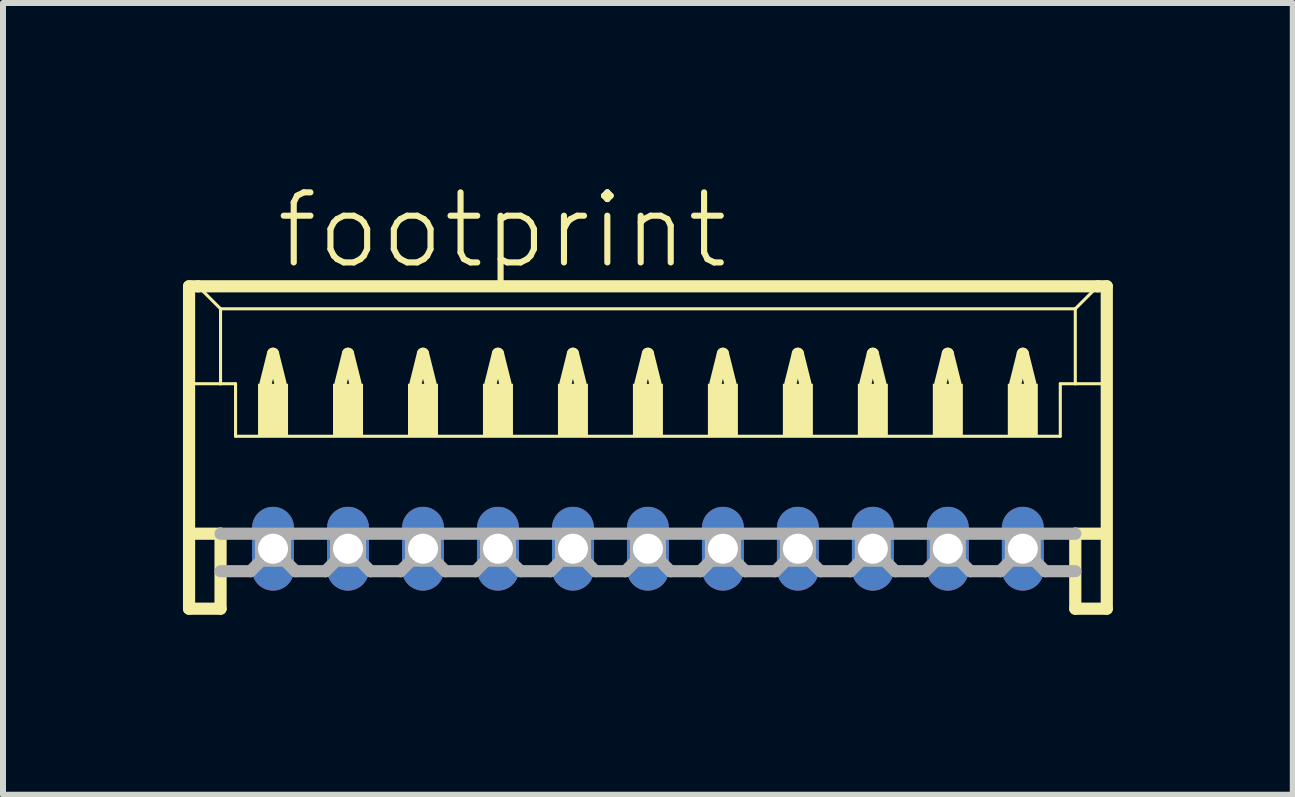
<source format=kicad_pcb>
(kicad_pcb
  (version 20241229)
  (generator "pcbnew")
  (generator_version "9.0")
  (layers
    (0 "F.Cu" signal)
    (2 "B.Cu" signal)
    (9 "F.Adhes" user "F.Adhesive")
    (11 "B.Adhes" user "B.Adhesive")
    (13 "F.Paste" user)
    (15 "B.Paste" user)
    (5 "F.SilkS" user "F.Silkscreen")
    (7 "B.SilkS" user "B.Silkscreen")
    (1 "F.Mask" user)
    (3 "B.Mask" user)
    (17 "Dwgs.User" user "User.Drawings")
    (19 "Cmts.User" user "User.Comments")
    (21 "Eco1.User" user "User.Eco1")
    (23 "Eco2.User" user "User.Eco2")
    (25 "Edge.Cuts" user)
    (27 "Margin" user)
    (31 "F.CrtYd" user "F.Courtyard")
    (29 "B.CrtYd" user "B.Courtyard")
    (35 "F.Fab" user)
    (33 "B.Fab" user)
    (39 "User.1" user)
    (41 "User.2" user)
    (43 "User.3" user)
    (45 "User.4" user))
  (footprint "footprint"
    (layer "F.Cu")
    (at 7.752 4.848)
    (property "Reference" "footprint" (at -6.25 -3.375 0) (layer "F.SilkS") (effects (font (size 1.168 1.168) (thickness 0.102)) (justify left bottom)))
    (fp_line (start -7.65 -3.125) (end -7.65 2.25) (stroke (width 0.203) (type solid)) (layer "F.SilkS"))
    (fp_line (start -7.65 2.25) (end -7.125 2.25) (stroke (width 0.203) (type solid)) (layer "F.SilkS"))
    (fp_line (start -7.625 -1.5) (end -7.125 -1.5) (stroke (width 0.051) (type solid)) (layer "F.SilkS"))
    (fp_line (start -7.625 1) (end -7.125 1) (stroke (width 0.203) (type solid)) (layer "F.SilkS"))
    (fp_line (start -7.5 -3.125) (end -7.65 -3.125) (stroke (width 0.203) (type solid)) (layer "F.SilkS"))
    (fp_line (start -7.125 -2.75) (end -7.5 -3.125) (stroke (width 0.051) (type solid)) (layer "F.SilkS"))
    (fp_line (start -7.125 -2.75) (end 7.125 -2.75) (stroke (width 0.051) (type solid)) (layer "F.SilkS"))
    (fp_line (start -7.125 -1.5) (end -7.125 -2.75) (stroke (width 0.051) (type solid)) (layer "F.SilkS"))
    (fp_line (start -7.125 -1.5) (end -6.875 -1.5) (stroke (width 0.051) (type solid)) (layer "F.SilkS"))
    (fp_line (start -7.125 1) (end -7.125 2.25) (stroke (width 0.203) (type solid)) (layer "F.SilkS"))
    (fp_line (start -6.875 -1.5) (end -6.875 -0.625) (stroke (width 0.051) (type solid)) (layer "F.SilkS"))
    (fp_line (start -6.875 -0.625) (end 6.875 -0.625) (stroke (width 0.051) (type solid)) (layer "F.SilkS"))
    (fp_line (start -6.375 -1.5) (end -6.25 -2) (stroke (width 0.203) (type solid)) (layer "F.SilkS"))
    (fp_line (start -6.25 -2) (end -6.125 -1.5) (stroke (width 0.203) (type solid)) (layer "F.SilkS"))
    (fp_line (start -5.125 -1.5) (end -5 -2) (stroke (width 0.203) (type solid)) (layer "F.SilkS"))
    (fp_line (start -5 -2) (end -4.875 -1.5) (stroke (width 0.203) (type solid)) (layer "F.SilkS"))
    (fp_line (start -3.875 -1.5) (end -3.75 -2) (stroke (width 0.203) (type solid)) (layer "F.SilkS"))
    (fp_line (start -3.75 -2) (end -3.625 -1.5) (stroke (width 0.203) (type solid)) (layer "F.SilkS"))
    (fp_line (start -2.625 -1.5) (end -2.5 -2) (stroke (width 0.203) (type solid)) (layer "F.SilkS"))
    (fp_line (start -2.5 -2) (end -2.375 -1.5) (stroke (width 0.203) (type solid)) (layer "F.SilkS"))
    (fp_line (start -1.375 -1.5) (end -1.25 -2) (stroke (width 0.203) (type solid)) (layer "F.SilkS"))
    (fp_line (start -1.25 -2) (end -1.125 -1.5) (stroke (width 0.203) (type solid)) (layer "F.SilkS"))
    (fp_line (start -0.125 -1.5) (end 0 -2) (stroke (width 0.203) (type solid)) (layer "F.SilkS"))
    (fp_line (start 0 -2) (end 0.125 -1.5) (stroke (width 0.203) (type solid)) (layer "F.SilkS"))
    (fp_line (start 1.125 -1.5) (end 1.25 -2) (stroke (width 0.203) (type solid)) (layer "F.SilkS"))
    (fp_line (start 1.25 -2) (end 1.375 -1.5) (stroke (width 0.203) (type solid)) (layer "F.SilkS"))
    (fp_line (start 2.375 -1.5) (end 2.5 -2) (stroke (width 0.203) (type solid)) (layer "F.SilkS"))
    (fp_line (start 2.5 -2) (end 2.625 -1.5) (stroke (width 0.203) (type solid)) (layer "F.SilkS"))
    (fp_line (start 3.625 -1.5) (end 3.75 -2) (stroke (width 0.203) (type solid)) (layer "F.SilkS"))
    (fp_line (start 3.75 -2) (end 3.875 -1.5) (stroke (width 0.203) (type solid)) (layer "F.SilkS"))
    (fp_line (start 4.875 -1.5) (end 5 -2) (stroke (width 0.203) (type solid)) (layer "F.SilkS"))
    (fp_line (start 5 -2) (end 5.125 -1.5) (stroke (width 0.203) (type solid)) (layer "F.SilkS"))
    (fp_line (start 6.125 -1.5) (end 6.25 -2) (stroke (width 0.203) (type solid)) (layer "F.SilkS"))
    (fp_line (start 6.25 -2) (end 6.375 -1.5) (stroke (width 0.203) (type solid)) (layer "F.SilkS"))
    (fp_line (start 6.875 -1.5) (end 6.875 -0.625) (stroke (width 0.051) (type solid)) (layer "F.SilkS"))
    (fp_line (start 6.875 -1.5) (end 7.125 -1.5) (stroke (width 0.051) (type solid)) (layer "F.SilkS"))
    (fp_line (start 7.125 -2.75) (end 7.125 -1.5) (stroke (width 0.051) (type solid)) (layer "F.SilkS"))
    (fp_line (start 7.125 -2.75) (end 7.5 -3.125) (stroke (width 0.051) (type solid)) (layer "F.SilkS"))
    (fp_line (start 7.125 -1.5) (end 7.625 -1.5) (stroke (width 0.051) (type solid)) (layer "F.SilkS"))
    (fp_line (start 7.125 1) (end 7.125 2.25) (stroke (width 0.203) (type solid)) (layer "F.SilkS"))
    (fp_line (start 7.125 1) (end 7.625 1) (stroke (width 0.203) (type solid)) (layer "F.SilkS"))
    (fp_line (start 7.125 2.25) (end 7.65 2.25) (stroke (width 0.203) (type solid)) (layer "F.SilkS"))
    (fp_line (start 7.5 -3.125) (end -7.5 -3.125) (stroke (width 0.203) (type solid)) (layer "F.SilkS"))
    (fp_line (start 7.65 -3.125) (end 7.5 -3.125) (stroke (width 0.203) (type solid)) (layer "F.SilkS"))
    (fp_line (start 7.65 2.25) (end 7.65 -3.125) (stroke (width 0.203) (type solid)) (layer "F.SilkS"))
    (fp_poly (pts (xy -6.5 -0.625) (xy -6 -0.625) (xy -6 -1.5) (xy -6.5 -1.5)) (stroke (width 0) (type solid)) (fill yes) (layer "F.SilkS"))
    (fp_poly (pts (xy -5.25 -0.625) (xy -4.75 -0.625) (xy -4.75 -1.5) (xy -5.25 -1.5)) (stroke (width 0) (type solid)) (fill yes) (layer "F.SilkS"))
    (fp_poly (pts (xy -4 -0.625) (xy -3.5 -0.625) (xy -3.5 -1.5) (xy -4 -1.5)) (stroke (width 0) (type solid)) (fill yes) (layer "F.SilkS"))
    (fp_poly (pts (xy -2.75 -0.625) (xy -2.25 -0.625) (xy -2.25 -1.5) (xy -2.75 -1.5)) (stroke (width 0) (type solid)) (fill yes) (layer "F.SilkS"))
    (fp_poly (pts (xy -1.5 -0.625) (xy -1 -0.625) (xy -1 -1.5) (xy -1.5 -1.5)) (stroke (width 0) (type solid)) (fill yes) (layer "F.SilkS"))
    (fp_poly (pts (xy -0.25 -0.625) (xy 0.25 -0.625) (xy 0.25 -1.5) (xy -0.25 -1.5)) (stroke (width 0) (type solid)) (fill yes) (layer "F.SilkS"))
    (fp_poly (pts (xy 1 -0.625) (xy 1.5 -0.625) (xy 1.5 -1.5) (xy 1 -1.5)) (stroke (width 0) (type solid)) (fill yes) (layer "F.SilkS"))
    (fp_poly (pts (xy 2.25 -0.625) (xy 2.75 -0.625) (xy 2.75 -1.5) (xy 2.25 -1.5)) (stroke (width 0) (type solid)) (fill yes) (layer "F.SilkS"))
    (fp_poly (pts (xy 3.5 -0.625) (xy 4 -0.625) (xy 4 -1.5) (xy 3.5 -1.5)) (stroke (width 0) (type solid)) (fill yes) (layer "F.SilkS"))
    (fp_poly (pts (xy 4.75 -0.625) (xy 5.25 -0.625) (xy 5.25 -1.5) (xy 4.75 -1.5)) (stroke (width 0) (type solid)) (fill yes) (layer "F.SilkS"))
    (fp_poly (pts (xy 6 -0.625) (xy 6.5 -0.625) (xy 6.5 -1.5) (xy 6 -1.5)) (stroke (width 0) (type solid)) (fill yes) (layer "F.SilkS"))
    (fp_line (start -7.125 1) (end 7.125 1) (stroke (width 0.203) (type solid)) (layer "F.Fab"))
    (fp_line (start -6.625 1.625) (end -7.125 1.625) (stroke (width 0.203) (type solid)) (layer "F.Fab"))
    (fp_line (start -6.5 1.5) (end -6.625 1.625) (stroke (width 0.203) (type solid)) (layer "F.Fab"))
    (fp_line (start -6 1.5) (end -5.875 1.625) (stroke (width 0.203) (type solid)) (layer "F.Fab"))
    (fp_line (start -5.375 1.625) (end -5.875 1.625) (stroke (width 0.203) (type solid)) (layer "F.Fab"))
    (fp_line (start -5.25 1.5) (end -5.375 1.625) (stroke (width 0.203) (type solid)) (layer "F.Fab"))
    (fp_line (start -4.75 1.5) (end -4.625 1.625) (stroke (width 0.203) (type solid)) (layer "F.Fab"))
    (fp_line (start -4.125 1.625) (end -4.625 1.625) (stroke (width 0.203) (type solid)) (layer "F.Fab"))
    (fp_line (start -4 1.5) (end -4.125 1.625) (stroke (width 0.203) (type solid)) (layer "F.Fab"))
    (fp_line (start -3.5 1.5) (end -3.375 1.625) (stroke (width 0.203) (type solid)) (layer "F.Fab"))
    (fp_line (start -2.875 1.625) (end -3.375 1.625) (stroke (width 0.203) (type solid)) (layer "F.Fab"))
    (fp_line (start -2.75 1.5) (end -2.875 1.625) (stroke (width 0.203) (type solid)) (layer "F.Fab"))
    (fp_line (start -2.25 1.5) (end -2.125 1.625) (stroke (width 0.203) (type solid)) (layer "F.Fab"))
    (fp_line (start -1.625 1.625) (end -2.125 1.625) (stroke (width 0.203) (type solid)) (layer "F.Fab"))
    (fp_line (start -1.5 1.5) (end -1.625 1.625) (stroke (width 0.203) (type solid)) (layer "F.Fab"))
    (fp_line (start -1 1.5) (end -0.875 1.625) (stroke (width 0.203) (type solid)) (layer "F.Fab"))
    (fp_line (start -0.375 1.625) (end -0.875 1.625) (stroke (width 0.203) (type solid)) (layer "F.Fab"))
    (fp_line (start -0.25 1.5) (end -0.375 1.625) (stroke (width 0.203) (type solid)) (layer "F.Fab"))
    (fp_line (start 0.25 1.5) (end 0.375 1.625) (stroke (width 0.203) (type solid)) (layer "F.Fab"))
    (fp_line (start 0.875 1.625) (end 0.375 1.625) (stroke (width 0.203) (type solid)) (layer "F.Fab"))
    (fp_line (start 1 1.5) (end 0.875 1.625) (stroke (width 0.203) (type solid)) (layer "F.Fab"))
    (fp_line (start 1.5 1.5) (end 1.625 1.625) (stroke (width 0.203) (type solid)) (layer "F.Fab"))
    (fp_line (start 2.125 1.625) (end 1.625 1.625) (stroke (width 0.203) (type solid)) (layer "F.Fab"))
    (fp_line (start 2.25 1.5) (end 2.125 1.625) (stroke (width 0.203) (type solid)) (layer "F.Fab"))
    (fp_line (start 2.75 1.5) (end 2.875 1.625) (stroke (width 0.203) (type solid)) (layer "F.Fab"))
    (fp_line (start 3.375 1.625) (end 2.875 1.625) (stroke (width 0.203) (type solid)) (layer "F.Fab"))
    (fp_line (start 3.5 1.5) (end 3.375 1.625) (stroke (width 0.203) (type solid)) (layer "F.Fab"))
    (fp_line (start 4 1.5) (end 4.125 1.625) (stroke (width 0.203) (type solid)) (layer "F.Fab"))
    (fp_line (start 4.625 1.625) (end 4.125 1.625) (stroke (width 0.203) (type solid)) (layer "F.Fab"))
    (fp_line (start 4.75 1.5) (end 4.625 1.625) (stroke (width 0.203) (type solid)) (layer "F.Fab"))
    (fp_line (start 5.25 1.5) (end 5.375 1.625) (stroke (width 0.203) (type solid)) (layer "F.Fab"))
    (fp_line (start 5.875 1.625) (end 5.375 1.625) (stroke (width 0.203) (type solid)) (layer "F.Fab"))
    (fp_line (start 6 1.5) (end 5.875 1.625) (stroke (width 0.203) (type solid)) (layer "F.Fab"))
    (fp_line (start 6.5 1.5) (end 6.625 1.625) (stroke (width 0.203) (type solid)) (layer "F.Fab"))
    (fp_line (start 7.125 1.625) (end 6.625 1.625) (stroke (width 0.203) (type solid)) (layer "F.Fab"))
    (fp_poly (pts (xy -6.5 1.5) (xy -6 1.5) (xy -6 1) (xy -6.5 1)) (stroke (width 0.1) (type solid)) (fill no) (layer "F.Fab"))
    (fp_poly (pts (xy -5.25 1.5) (xy -4.75 1.5) (xy -4.75 1) (xy -5.25 1)) (stroke (width 0.1) (type solid)) (fill no) (layer "F.Fab"))
    (fp_poly (pts (xy -4 1.5) (xy -3.5 1.5) (xy -3.5 1) (xy -4 1)) (stroke (width 0.1) (type solid)) (fill no) (layer "F.Fab"))
    (fp_poly (pts (xy -2.75 1.5) (xy -2.25 1.5) (xy -2.25 1) (xy -2.75 1)) (stroke (width 0.1) (type solid)) (fill no) (layer "F.Fab"))
    (fp_poly (pts (xy -1.5 1.5) (xy -1 1.5) (xy -1 1) (xy -1.5 1)) (stroke (width 0.1) (type solid)) (fill no) (layer "F.Fab"))
    (fp_poly (pts (xy -0.25 1.5) (xy 0.25 1.5) (xy 0.25 1) (xy -0.25 1)) (stroke (width 0.1) (type solid)) (fill no) (layer "F.Fab"))
    (fp_poly (pts (xy 1 1.5) (xy 1.5 1.5) (xy 1.5 1) (xy 1 1)) (stroke (width 0.1) (type solid)) (fill no) (layer "F.Fab"))
    (fp_poly (pts (xy 2.25 1.5) (xy 2.75 1.5) (xy 2.75 1) (xy 2.25 1)) (stroke (width 0.1) (type solid)) (fill no) (layer "F.Fab"))
    (fp_poly (pts (xy 3.5 1.5) (xy 4 1.5) (xy 4 1) (xy 3.5 1)) (stroke (width 0.1) (type solid)) (fill no) (layer "F.Fab"))
    (fp_poly (pts (xy 4.75 1.5) (xy 5.25 1.5) (xy 5.25 1) (xy 4.75 1)) (stroke (width 0.1) (type solid)) (fill no) (layer "F.Fab"))
    (fp_poly (pts (xy 6 1.5) (xy 6.5 1.5) (xy 6.5 1) (xy 6 1)) (stroke (width 0.1) (type solid)) (fill no) (layer "F.Fab"))
    (pad "1" thru_hole oval (at 6.25 1.25 90) (size 1.397 0.698) (drill 0.5) (layers "*.Cu" "*.Mask"))
    (pad "2" thru_hole oval (at 5 1.25 90) (size 1.397 0.698) (drill 0.5) (layers "*.Cu" "*.Mask"))
    (pad "3" thru_hole oval (at 3.75 1.25 90) (size 1.397 0.698) (drill 0.5) (layers "*.Cu" "*.Mask"))
    (pad "4" thru_hole oval (at 2.5 1.25 90) (size 1.397 0.698) (drill 0.5) (layers "*.Cu" "*.Mask"))
    (pad "5" thru_hole oval (at 1.25 1.25 90) (size 1.397 0.698) (drill 0.5) (layers "*.Cu" "*.Mask"))
    (pad "6" thru_hole oval (at 0 1.25 90) (size 1.397 0.698) (drill 0.5) (layers "*.Cu" "*.Mask"))
    (pad "7" thru_hole oval (at -1.25 1.25 90) (size 1.397 0.698) (drill 0.5) (layers "*.Cu" "*.Mask"))
    (pad "8" thru_hole oval (at -2.5 1.25 90) (size 1.397 0.698) (drill 0.5) (layers "*.Cu" "*.Mask"))
    (pad "9" thru_hole oval (at -3.75 1.25 90) (size 1.397 0.698) (drill 0.5) (layers "*.Cu" "*.Mask"))
    (pad "10" thru_hole oval (at -5 1.25 90) (size 1.397 0.698) (drill 0.5) (layers "*.Cu" "*.Mask"))
    (pad "11" thru_hole oval (at -6.25 1.25 90) (size 1.397 0.698) (drill 0.5) (layers "*.Cu" "*.Mask")))
  (gr_rect
    (start -3 -3)
    (end 18.503 10.2)
    (stroke (width 0.1) (type default))
    (fill no)
    (layer "Edge.Cuts")))
</source>
